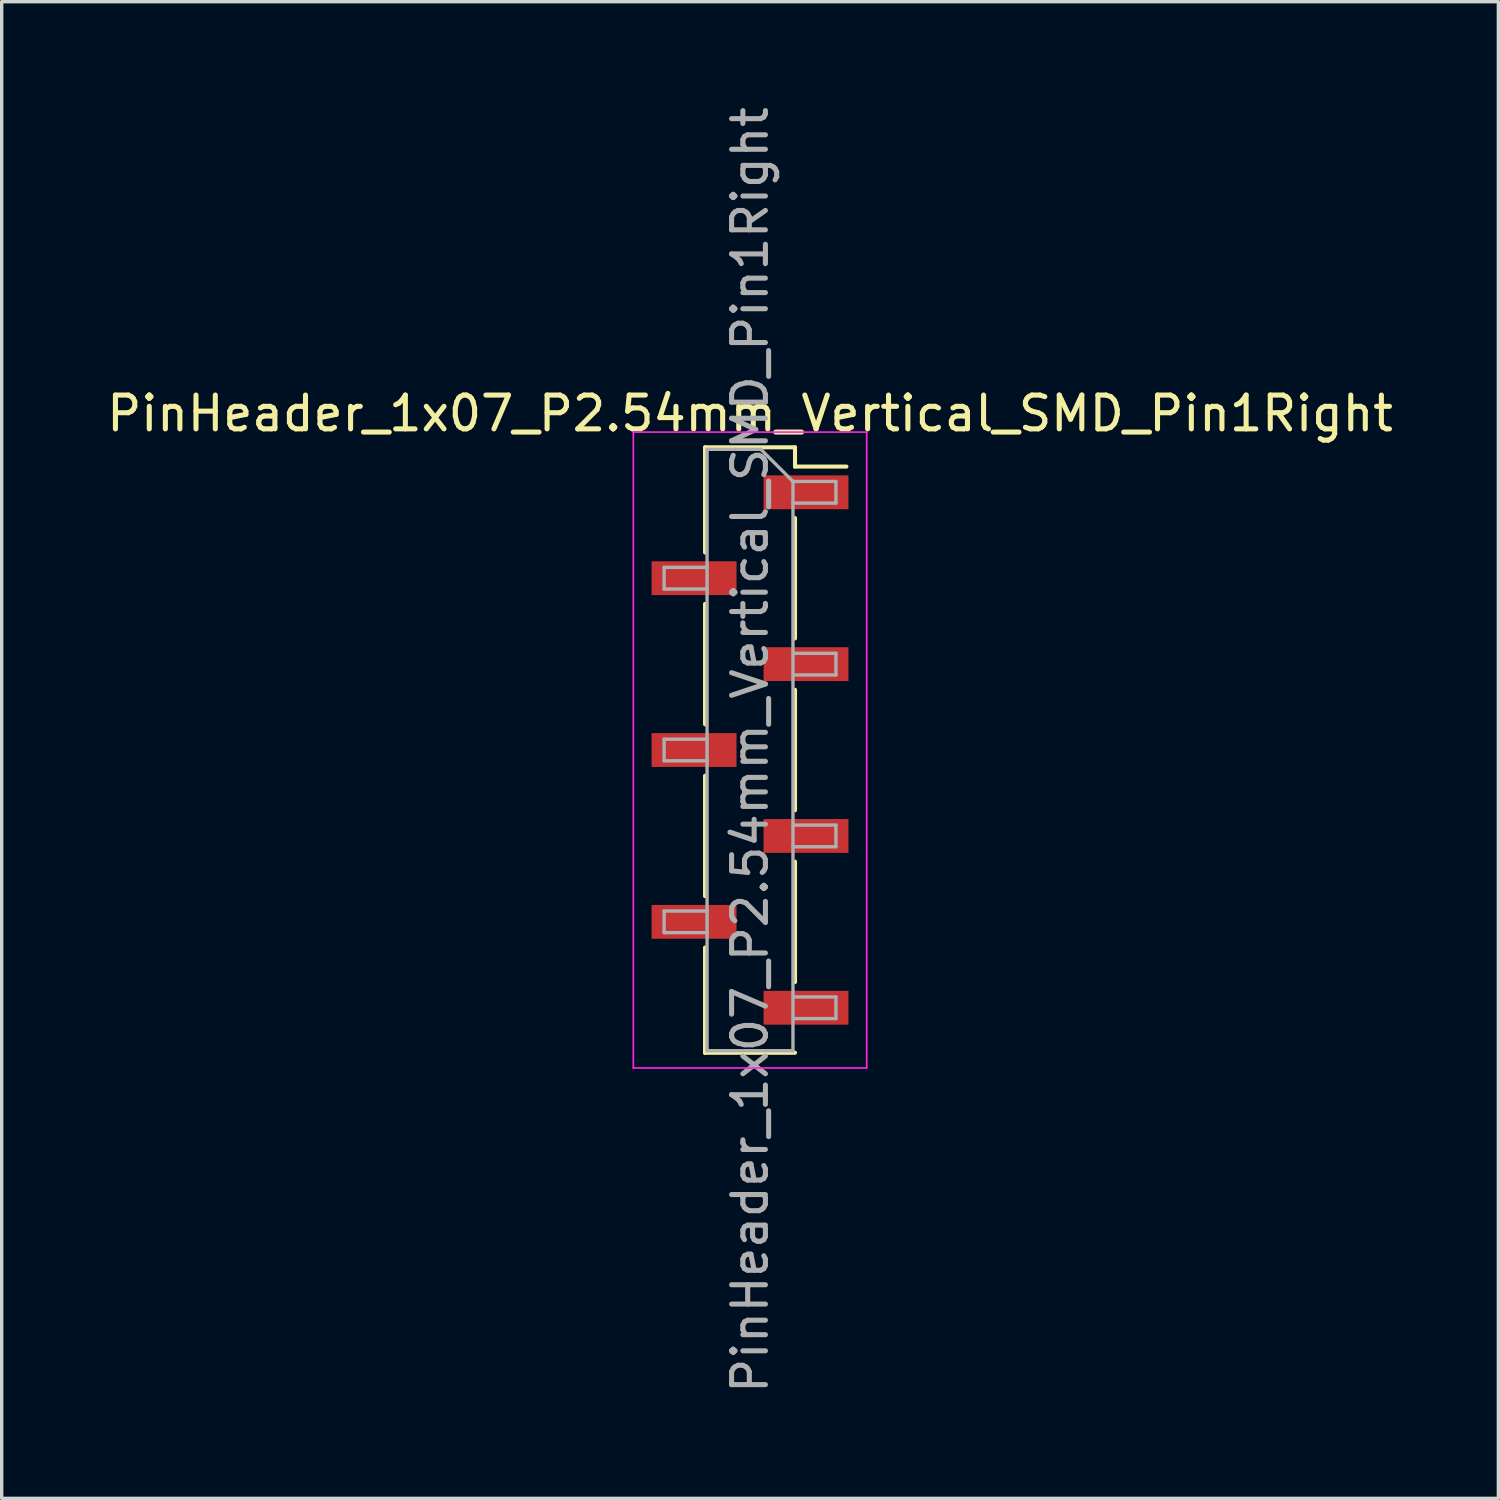
<source format=kicad_pcb>
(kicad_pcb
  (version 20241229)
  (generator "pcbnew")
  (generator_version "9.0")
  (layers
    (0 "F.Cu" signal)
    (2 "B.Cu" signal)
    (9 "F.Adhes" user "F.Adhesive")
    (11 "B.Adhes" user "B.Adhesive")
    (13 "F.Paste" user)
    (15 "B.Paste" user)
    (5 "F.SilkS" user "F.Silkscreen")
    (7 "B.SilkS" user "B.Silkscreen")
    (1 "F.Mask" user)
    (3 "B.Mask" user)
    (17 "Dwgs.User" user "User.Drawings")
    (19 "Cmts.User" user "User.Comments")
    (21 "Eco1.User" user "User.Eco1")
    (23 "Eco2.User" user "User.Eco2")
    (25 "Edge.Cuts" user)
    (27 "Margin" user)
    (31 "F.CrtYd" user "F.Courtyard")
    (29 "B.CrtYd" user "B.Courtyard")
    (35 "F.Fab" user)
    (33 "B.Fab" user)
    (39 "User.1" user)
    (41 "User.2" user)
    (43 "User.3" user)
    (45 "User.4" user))
  (footprint "PinHeader_1x07_P2.54mm_Vertical_SMD_Pin1Right"
    (layer "F.Cu")
    (at 19.125 19.125)
    (property "Reference" "PinHeader_1x07_P2.54mm_Vertical_SMD_Pin1Right" (at 0 -9.95 0) (layer "F.SilkS") (effects (font (size 1 1) (thickness 0.15))))
    (attr smd)
    (fp_line (start -1.33 -8.95) (end -1.33 -5.84) (stroke (width 0.12) (type solid)) (layer "F.SilkS"))
    (fp_line (start -1.33 -8.95) (end 1.33 -8.95) (stroke (width 0.12) (type solid)) (layer "F.SilkS"))
    (fp_line (start -1.33 -4.32) (end -1.33 -0.76) (stroke (width 0.12) (type solid)) (layer "F.SilkS"))
    (fp_line (start -1.33 0.76) (end -1.33 4.32) (stroke (width 0.12) (type solid)) (layer "F.SilkS"))
    (fp_line (start -1.33 5.84) (end -1.33 8.95) (stroke (width 0.12) (type solid)) (layer "F.SilkS"))
    (fp_line (start -1.33 8.38) (end -1.33 8.95) (stroke (width 0.12) (type solid)) (layer "F.SilkS"))
    (fp_line (start -1.33 8.95) (end 1.33 8.95) (stroke (width 0.12) (type solid)) (layer "F.SilkS"))
    (fp_line (start 1.33 -8.95) (end 1.33 -8.38) (stroke (width 0.12) (type solid)) (layer "F.SilkS"))
    (fp_line (start 1.33 -8.38) (end 2.85 -8.38) (stroke (width 0.12) (type solid)) (layer "F.SilkS"))
    (fp_line (start 1.33 -6.86) (end 1.33 -3.3) (stroke (width 0.12) (type solid)) (layer "F.SilkS"))
    (fp_line (start 1.33 -1.78) (end 1.33 1.78) (stroke (width 0.12) (type solid)) (layer "F.SilkS"))
    (fp_line (start 1.33 3.3) (end 1.33 6.86) (stroke (width 0.12) (type solid)) (layer "F.SilkS"))
    (fp_line (start -3.45 -9.4) (end -3.45 9.4) (stroke (width 0.05) (type solid)) (layer "F.CrtYd"))
    (fp_line (start -3.45 9.4) (end 3.45 9.4) (stroke (width 0.05) (type solid)) (layer "F.CrtYd"))
    (fp_line (start 3.45 -9.4) (end -3.45 -9.4) (stroke (width 0.05) (type solid)) (layer "F.CrtYd"))
    (fp_line (start 3.45 9.4) (end 3.45 -9.4) (stroke (width 0.05) (type solid)) (layer "F.CrtYd"))
    (fp_line (start -2.54 -5.4) (end -2.54 -4.76) (stroke (width 0.1) (type solid)) (layer "F.Fab"))
    (fp_line (start -2.54 -4.76) (end -1.27 -4.76) (stroke (width 0.1) (type solid)) (layer "F.Fab"))
    (fp_line (start -2.54 -0.32) (end -2.54 0.32) (stroke (width 0.1) (type solid)) (layer "F.Fab"))
    (fp_line (start -2.54 0.32) (end -1.27 0.32) (stroke (width 0.1) (type solid)) (layer "F.Fab"))
    (fp_line (start -2.54 4.76) (end -2.54 5.4) (stroke (width 0.1) (type solid)) (layer "F.Fab"))
    (fp_line (start -2.54 5.4) (end -1.27 5.4) (stroke (width 0.1) (type solid)) (layer "F.Fab"))
    (fp_line (start -1.27 -8.89) (end -1.27 8.89) (stroke (width 0.1) (type solid)) (layer "F.Fab"))
    (fp_line (start -1.27 -8.89) (end 0.32 -8.89) (stroke (width 0.1) (type solid)) (layer "F.Fab"))
    (fp_line (start -1.27 -5.4) (end -2.54 -5.4) (stroke (width 0.1) (type solid)) (layer "F.Fab"))
    (fp_line (start -1.27 -0.32) (end -2.54 -0.32) (stroke (width 0.1) (type solid)) (layer "F.Fab"))
    (fp_line (start -1.27 4.76) (end -2.54 4.76) (stroke (width 0.1) (type solid)) (layer "F.Fab"))
    (fp_line (start 1.27 -7.94) (end 0.32 -8.89) (stroke (width 0.1) (type solid)) (layer "F.Fab"))
    (fp_line (start 1.27 -7.94) (end 2.54 -7.94) (stroke (width 0.1) (type solid)) (layer "F.Fab"))
    (fp_line (start 1.27 -2.86) (end 2.54 -2.86) (stroke (width 0.1) (type solid)) (layer "F.Fab"))
    (fp_line (start 1.27 2.22) (end 2.54 2.22) (stroke (width 0.1) (type solid)) (layer "F.Fab"))
    (fp_line (start 1.27 7.3) (end 2.54 7.3) (stroke (width 0.1) (type solid)) (layer "F.Fab"))
    (fp_line (start 1.27 8.89) (end -1.27 8.89) (stroke (width 0.1) (type solid)) (layer "F.Fab"))
    (fp_line (start 1.27 8.89) (end 1.27 -7.94) (stroke (width 0.1) (type solid)) (layer "F.Fab"))
    (fp_line (start 2.54 -7.94) (end 2.54 -7.3) (stroke (width 0.1) (type solid)) (layer "F.Fab"))
    (fp_line (start 2.54 -7.3) (end 1.27 -7.3) (stroke (width 0.1) (type solid)) (layer "F.Fab"))
    (fp_line (start 2.54 -2.86) (end 2.54 -2.22) (stroke (width 0.1) (type solid)) (layer "F.Fab"))
    (fp_line (start 2.54 -2.22) (end 1.27 -2.22) (stroke (width 0.1) (type solid)) (layer "F.Fab"))
    (fp_line (start 2.54 2.22) (end 2.54 2.86) (stroke (width 0.1) (type solid)) (layer "F.Fab"))
    (fp_line (start 2.54 2.86) (end 1.27 2.86) (stroke (width 0.1) (type solid)) (layer "F.Fab"))
    (fp_line (start 2.54 7.3) (end 2.54 7.94) (stroke (width 0.1) (type solid)) (layer "F.Fab"))
    (fp_line (start 2.54 7.94) (end 1.27 7.94) (stroke (width 0.1) (type solid)) (layer "F.Fab"))
    (fp_text user "${REFERENCE}" (at 0 0 90) (layer "F.Fab") (effects (font (size 1 1) (thickness 0.15))))
    (pad "1" smd rect (at 1.655 -7.62) (size 2.51 1) (layers "F.Cu" "F.Mask" "F.Paste"))
    (pad "2" smd rect (at -1.655 -5.08) (size 2.51 1) (layers "F.Cu" "F.Mask" "F.Paste"))
    (pad "3" smd rect (at 1.655 -2.54) (size 2.51 1) (layers "F.Cu" "F.Mask" "F.Paste"))
    (pad "4" smd rect (at -1.655 0) (size 2.51 1) (layers "F.Cu" "F.Mask" "F.Paste"))
    (pad "5" smd rect (at 1.655 2.54) (size 2.51 1) (layers "F.Cu" "F.Mask" "F.Paste"))
    (pad "6" smd rect (at -1.655 5.08) (size 2.51 1) (layers "F.Cu" "F.Mask" "F.Paste"))
    (pad "7" smd rect (at 1.655 7.62) (size 2.51 1) (layers "F.Cu" "F.Mask" "F.Paste")))
  (gr_rect
    (start -3 -3)
    (end 41.25 41.25)
    (stroke (width 0.1) (type default))
    (fill no)
    (layer "Edge.Cuts")))
</source>
